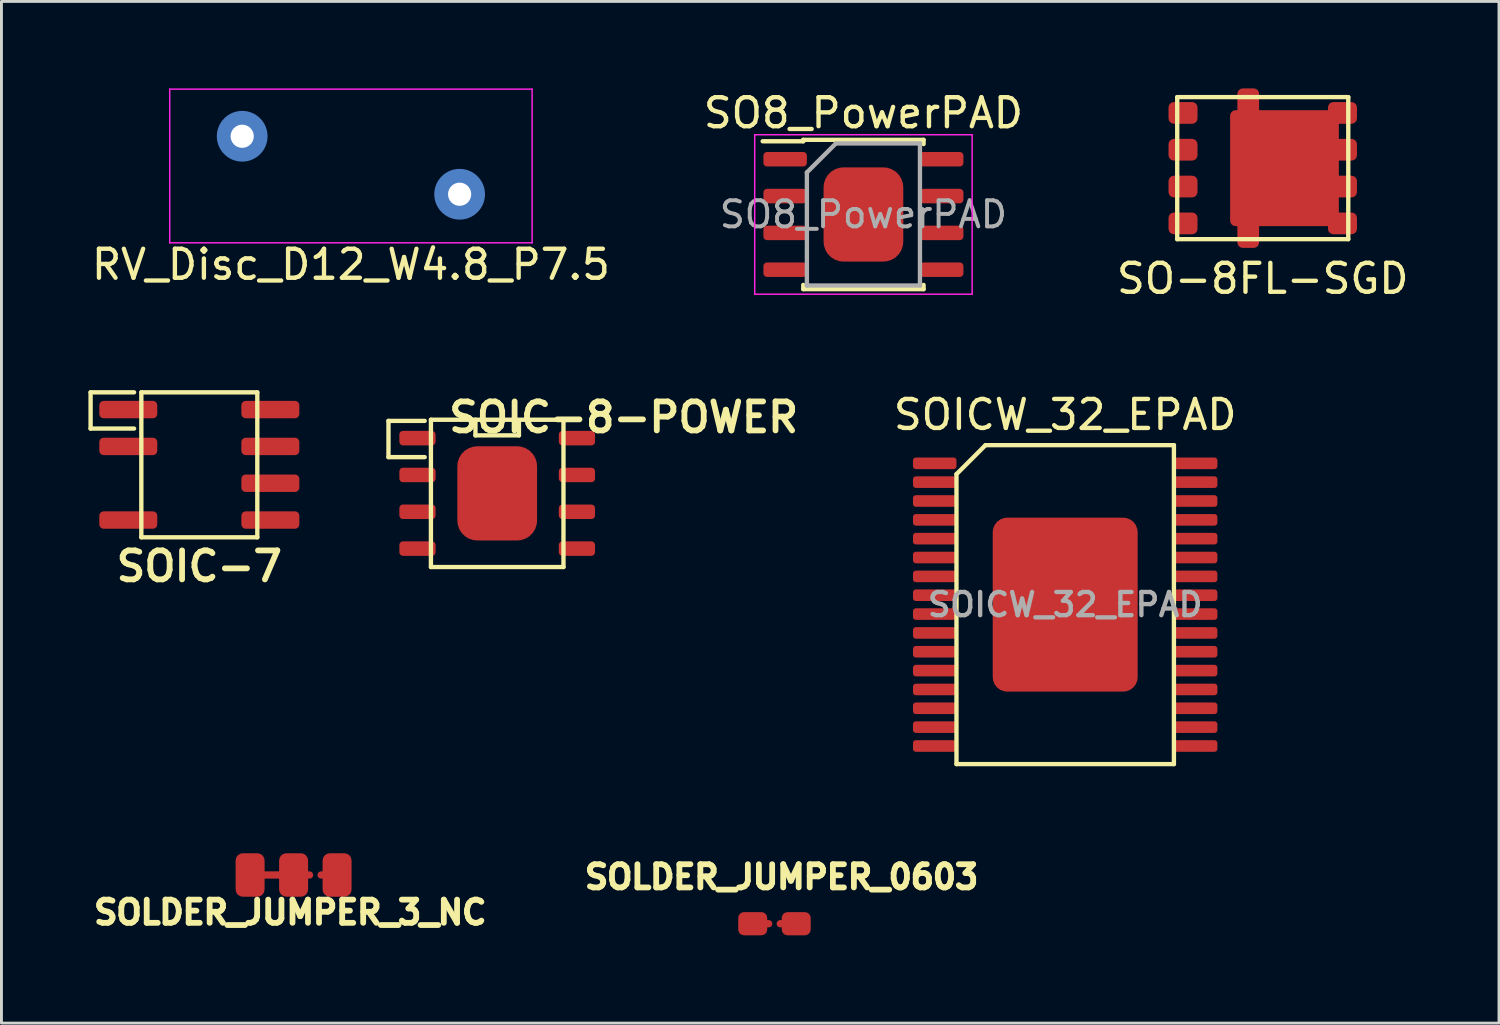
<source format=kicad_pcb>
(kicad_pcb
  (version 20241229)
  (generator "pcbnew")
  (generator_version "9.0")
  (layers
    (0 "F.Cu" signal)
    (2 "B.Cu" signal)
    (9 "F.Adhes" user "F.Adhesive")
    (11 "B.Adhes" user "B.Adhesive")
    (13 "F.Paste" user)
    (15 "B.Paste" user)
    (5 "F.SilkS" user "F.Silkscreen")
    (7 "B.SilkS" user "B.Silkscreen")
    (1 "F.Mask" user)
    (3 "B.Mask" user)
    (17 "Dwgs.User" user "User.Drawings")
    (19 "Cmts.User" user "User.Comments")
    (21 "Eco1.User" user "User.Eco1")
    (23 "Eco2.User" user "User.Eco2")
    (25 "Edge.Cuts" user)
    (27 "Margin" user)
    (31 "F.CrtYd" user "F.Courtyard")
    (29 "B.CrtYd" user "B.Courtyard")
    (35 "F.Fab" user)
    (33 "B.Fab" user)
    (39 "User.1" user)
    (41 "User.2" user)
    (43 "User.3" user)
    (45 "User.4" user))
  (footprint "SOIC-8-POWER"
    (layer "F.Cu")
    (at 14.1 13.968)
    (property "Reference" "SOIC-8-POWER" (at 4.362 -2.624 0) (layer "F.SilkS") (effects (font (size 1 1) (thickness 0.2))))
    (attr smd)
    (fp_line (start -3.75 -2.5) (end -2.5 -2.5) (stroke (width 0.15) (type solid)) (layer "F.SilkS"))
    (fp_line (start -3.75 -1.25) (end -3.75 -2.5) (stroke (width 0.15) (type solid)) (layer "F.SilkS"))
    (fp_line (start -2.5 -1.25) (end -3.75 -1.25) (stroke (width 0.15) (type solid)) (layer "F.SilkS"))
    (fp_line (start -2.286 -2.54) (end 2.286 -2.54) (stroke (width 0.15) (type solid)) (layer "F.SilkS"))
    (fp_line (start -2.286 2.54) (end -2.286 -2.54) (stroke (width 0.15) (type solid)) (layer "F.SilkS"))
    (fp_line (start -0.75 -2) (end -0.75 -2.54) (stroke (width 0.15) (type solid)) (layer "F.SilkS"))
    (fp_line (start 0.75 -2.5) (end 0.75 -2) (stroke (width 0.15) (type solid)) (layer "F.SilkS"))
    (fp_line (start 0.75 -2) (end -0.75 -2) (stroke (width 0.15) (type solid)) (layer "F.SilkS"))
    (fp_line (start 2.286 -2.54) (end 2.286 2.54) (stroke (width 0.15) (type solid)) (layer "F.SilkS"))
    (fp_line (start 2.286 2.54) (end -2.286 2.54) (stroke (width 0.15) (type solid)) (layer "F.SilkS"))
    (pad "1" smd roundrect (at -2.75 -1.905 270) (size 0.5 1.25) (layers "F.Cu" "F.Mask" "F.Paste") (roundrect_rratio 0.25))
    (pad "2" smd roundrect (at -2.75 -0.635 270) (size 0.5 1.25) (layers "F.Cu" "F.Mask" "F.Paste") (roundrect_rratio 0.25))
    (pad "3" smd roundrect (at -2.75 0.635 270) (size 0.5 1.25) (layers "F.Cu" "F.Mask" "F.Paste") (roundrect_rratio 0.25))
    (pad "4" smd roundrect (at -2.75 1.905 270) (size 0.5 1.25) (layers "F.Cu" "F.Mask" "F.Paste") (roundrect_rratio 0.25))
    (pad "5" smd roundrect (at 2.75 1.905 270) (size 0.5 1.25) (layers "F.Cu" "F.Mask" "F.Paste") (roundrect_rratio 0.25))
    (pad "6" smd roundrect (at 2.75 0.635 270) (size 0.5 1.25) (layers "F.Cu" "F.Mask" "F.Paste") (roundrect_rratio 0.25))
    (pad "7" smd roundrect (at 2.75 -0.635 270) (size 0.5 1.25) (layers "F.Cu" "F.Mask" "F.Paste") (roundrect_rratio 0.25))
    (pad "8" smd roundrect (at 2.75 -1.905 270) (size 0.5 1.25) (layers "F.Cu" "F.Mask" "F.Paste") (roundrect_rratio 0.25))
    (pad "9" smd roundrect (at 0 0) (size 2.75 3.25) (layers "F.Cu" "F.Mask" "F.Paste") (roundrect_rratio 0.25)))
  (footprint "SOICW_32_EPAD"
    (layer "F.Cu")
    (at 33.692 17.806)
    (property "Reference" "SOICW_32_EPAD" (at 0 -6.55 0) (layer "F.SilkS") (effects (font (size 1 1) (thickness 0.15))))
    (attr smd)
    (fp_line (start -3.75 -4.5) (end -2.75 -5.5) (stroke (width 0.15) (type solid)) (layer "F.SilkS"))
    (fp_line (start -3.75 5.5) (end -3.75 -4.5) (stroke (width 0.15) (type solid)) (layer "F.SilkS"))
    (fp_line (start -2.75 -5.5) (end 3.75 -5.5) (stroke (width 0.15) (type solid)) (layer "F.SilkS"))
    (fp_line (start 3.75 -5.5) (end 3.75 5.5) (stroke (width 0.15) (type solid)) (layer "F.SilkS"))
    (fp_line (start 3.75 5.5) (end -3.75 5.5) (stroke (width 0.15) (type solid)) (layer "F.SilkS"))
    (fp_text user "${REFERENCE}" (at 0 0 0) (layer "F.Fab") (effects (font (size 0.8 0.8) (thickness 0.15))))
    (pad "" smd rect (at -1.37 -1.46) (size 1.07 1.16) (layers "F.Paste"))
    (pad "" smd rect (at -1.37 0) (size 1.07 1.16) (layers "F.Paste"))
    (pad "" smd rect (at -1.37 1.46) (size 1.07 1.16) (layers "F.Paste"))
    (pad "" smd rect (at 0 -1.46) (size 1.07 1.16) (layers "F.Paste"))
    (pad "" smd rect (at 0 0) (size 1.07 1.16) (layers "F.Paste"))
    (pad "" smd rect (at 0 1.46) (size 1.07 1.16) (layers "F.Paste"))
    (pad "" smd rect (at 1.37 -1.46) (size 1.07 1.16) (layers "F.Paste"))
    (pad "" smd rect (at 1.37 0) (size 1.07 1.16) (layers "F.Paste"))
    (pad "" smd rect (at 1.37 1.46) (size 1.07 1.16) (layers "F.Paste"))
    (pad "1" smd roundrect (at -4.5 -4.875) (size 1.5 0.4) (layers "F.Cu" "F.Mask" "F.Paste") (roundrect_rratio 0.25))
    (pad "2" smd roundrect (at -4.5 -4.225) (size 1.5 0.4) (layers "F.Cu" "F.Mask" "F.Paste") (roundrect_rratio 0.25))
    (pad "3" smd roundrect (at -4.5 -3.575) (size 1.5 0.4) (layers "F.Cu" "F.Mask" "F.Paste") (roundrect_rratio 0.25))
    (pad "4" smd roundrect (at -4.5 -2.925) (size 1.5 0.4) (layers "F.Cu" "F.Mask" "F.Paste") (roundrect_rratio 0.25))
    (pad "5" smd roundrect (at -4.5 -2.275) (size 1.5 0.4) (layers "F.Cu" "F.Mask" "F.Paste") (roundrect_rratio 0.25))
    (pad "6" smd roundrect (at -4.5 -1.625) (size 1.5 0.4) (layers "F.Cu" "F.Mask" "F.Paste") (roundrect_rratio 0.25))
    (pad "7" smd roundrect (at -4.5 -0.975) (size 1.5 0.4) (layers "F.Cu" "F.Mask" "F.Paste") (roundrect_rratio 0.25))
    (pad "8" smd roundrect (at -4.5 -0.325) (size 1.5 0.4) (layers "F.Cu" "F.Mask" "F.Paste") (roundrect_rratio 0.25))
    (pad "9" smd roundrect (at -4.5 0.325) (size 1.5 0.4) (layers "F.Cu" "F.Mask" "F.Paste") (roundrect_rratio 0.25))
    (pad "10" smd roundrect (at -4.5 0.975) (size 1.5 0.4) (layers "F.Cu" "F.Mask" "F.Paste") (roundrect_rratio 0.25))
    (pad "11" smd roundrect (at -4.5 1.625) (size 1.5 0.4) (layers "F.Cu" "F.Mask" "F.Paste") (roundrect_rratio 0.25))
    (pad "12" smd roundrect (at -4.5 2.275) (size 1.5 0.4) (layers "F.Cu" "F.Mask" "F.Paste") (roundrect_rratio 0.25))
    (pad "13" smd roundrect (at -4.5 2.925) (size 1.5 0.4) (layers "F.Cu" "F.Mask" "F.Paste") (roundrect_rratio 0.25))
    (pad "14" smd roundrect (at -4.5 3.575) (size 1.5 0.4) (layers "F.Cu" "F.Mask" "F.Paste") (roundrect_rratio 0.25))
    (pad "15" smd roundrect (at -4.5 4.225) (size 1.5 0.4) (layers "F.Cu" "F.Mask" "F.Paste") (roundrect_rratio 0.25))
    (pad "16" smd roundrect (at -4.5 4.875) (size 1.5 0.4) (layers "F.Cu" "F.Mask" "F.Paste") (roundrect_rratio 0.25))
    (pad "17" smd roundrect (at 4.5 4.875) (size 1.5 0.4) (layers "F.Cu" "F.Mask" "F.Paste") (roundrect_rratio 0.25))
    (pad "18" smd roundrect (at 4.5 4.225) (size 1.5 0.4) (layers "F.Cu" "F.Mask" "F.Paste") (roundrect_rratio 0.25))
    (pad "19" smd roundrect (at 4.5 3.575) (size 1.5 0.4) (layers "F.Cu" "F.Mask" "F.Paste") (roundrect_rratio 0.25))
    (pad "20" smd roundrect (at 4.5 2.925) (size 1.5 0.4) (layers "F.Cu" "F.Mask" "F.Paste") (roundrect_rratio 0.25))
    (pad "21" smd roundrect (at 4.5 2.275) (size 1.5 0.4) (layers "F.Cu" "F.Mask" "F.Paste") (roundrect_rratio 0.25))
    (pad "22" smd roundrect (at 4.5 1.625) (size 1.5 0.4) (layers "F.Cu" "F.Mask" "F.Paste") (roundrect_rratio 0.25))
    (pad "23" smd roundrect (at 4.5 0.975) (size 1.5 0.4) (layers "F.Cu" "F.Mask" "F.Paste") (roundrect_rratio 0.25))
    (pad "24" smd roundrect (at 4.5 0.325) (size 1.5 0.4) (layers "F.Cu" "F.Mask" "F.Paste") (roundrect_rratio 0.25))
    (pad "25" smd roundrect (at 4.5 -0.325) (size 1.5 0.4) (layers "F.Cu" "F.Mask" "F.Paste") (roundrect_rratio 0.25))
    (pad "26" smd roundrect (at 4.5 -0.975) (size 1.5 0.4) (layers "F.Cu" "F.Mask" "F.Paste") (roundrect_rratio 0.25))
    (pad "27" smd roundrect (at 4.5 -1.625) (size 1.5 0.4) (layers "F.Cu" "F.Mask" "F.Paste") (roundrect_rratio 0.25))
    (pad "28" smd roundrect (at 4.5 -2.275) (size 1.5 0.4) (layers "F.Cu" "F.Mask" "F.Paste") (roundrect_rratio 0.25))
    (pad "29" smd roundrect (at 4.5 -2.925) (size 1.5 0.4) (layers "F.Cu" "F.Mask" "F.Paste") (roundrect_rratio 0.25))
    (pad "30" smd roundrect (at 4.5 -3.575) (size 1.5 0.4) (layers "F.Cu" "F.Mask" "F.Paste") (roundrect_rratio 0.25))
    (pad "31" smd roundrect (at 4.5 -4.225) (size 1.5 0.4) (layers "F.Cu" "F.Mask" "F.Paste") (roundrect_rratio 0.25))
    (pad "32" smd roundrect (at 4.5 -4.875) (size 1.5 0.4) (layers "F.Cu" "F.Mask" "F.Paste") (roundrect_rratio 0.25))
    (pad "33" smd roundrect (at 0 0) (size 5 6) (layers "F.Cu" "F.Mask" "F.Paste") (roundrect_rratio 0.1)))
  (footprint "SOLDER_JUMPER_0603"
    (layer "F.Cu")
    (at 23.664 28.812)
    (property "Reference" "SOLDER_JUMPER_0603" (at 0.244 -1.612 0) (layer "F.SilkS") (effects (font (size 0.8 0.8) (thickness 0.2))))
    (attr exclude_from_pos_files exclude_from_bom)
    (fp_line (start -0.75 0) (end -0.2 0) (stroke (width 0.25) (type solid)) (layer "F.Cu"))
    (fp_line (start 0.75 0) (end 0.2 0) (stroke (width 0.25) (type solid)) (layer "F.Cu"))
    (fp_line (start -0.75 0) (end 0.75 0) (stroke (width 0.45) (type solid)) (layer "F.Mask"))
    (pad "1" smd roundrect (at -0.75 0) (size 1 0.8) (layers "F.Cu" "F.Mask" "F.Paste") (roundrect_rratio 0.25))
    (pad "2" smd roundrect (at 0.75 0) (size 1 0.8) (layers "F.Cu" "F.Mask" "F.Paste") (roundrect_rratio 0.25)))
  (footprint "SOIC-7"
    (layer "F.Cu")
    (at 3.825 12.983)
    (property "Reference" "SOIC-7" (at 0 3.5 0) (layer "F.SilkS") (effects (font (size 1 1) (thickness 0.2))))
    (attr smd)
    (fp_line (start -3.75 -2.5) (end -3.75 -1.25) (stroke (width 0.15) (type solid)) (layer "F.SilkS"))
    (fp_line (start -3.75 -1.25) (end -2.25 -1.25) (stroke (width 0.15) (type solid)) (layer "F.SilkS"))
    (fp_line (start -2.25 -2.5) (end -3.75 -2.5) (stroke (width 0.15) (type solid)) (layer "F.SilkS"))
    (fp_line (start -2 -2.5) (end -2 2.5) (stroke (width 0.15) (type solid)) (layer "F.SilkS"))
    (fp_line (start -2 2.5) (end 2 2.5) (stroke (width 0.15) (type solid)) (layer "F.SilkS"))
    (fp_line (start 2 -2.5) (end -2 -2.5) (stroke (width 0.15) (type solid)) (layer "F.SilkS"))
    (fp_line (start 2 2.5) (end 2 -2.5) (stroke (width 0.15) (type solid)) (layer "F.SilkS"))
    (pad "1" smd roundrect (at -2.45 -1.905 270) (size 0.6 2) (layers "F.Cu" "F.Mask" "F.Paste") (roundrect_rratio 0.25))
    (pad "2" smd roundrect (at -2.45 -0.635 270) (size 0.6 2) (layers "F.Cu" "F.Mask" "F.Paste") (roundrect_rratio 0.25))
    (pad "4" smd roundrect (at -2.45 1.905 270) (size 0.6 2) (layers "F.Cu" "F.Mask" "F.Paste") (roundrect_rratio 0.25))
    (pad "5" smd roundrect (at 2.45 1.905 270) (size 0.6 2) (layers "F.Cu" "F.Mask" "F.Paste") (roundrect_rratio 0.25))
    (pad "6" smd roundrect (at 2.45 0.635 270) (size 0.6 2) (layers "F.Cu" "F.Mask" "F.Paste") (roundrect_rratio 0.25))
    (pad "7" smd roundrect (at 2.45 -0.635 270) (size 0.6 2) (layers "F.Cu" "F.Mask" "F.Paste") (roundrect_rratio 0.25))
    (pad "8" smd roundrect (at 2.45 -1.905 270) (size 0.6 2) (layers "F.Cu" "F.Mask" "F.Paste") (roundrect_rratio 0.25)))
  (footprint "SO8_PowerPAD"
    (layer "F.Cu")
    (at 26.732 4.348)
    (property "Reference" "SO8_PowerPAD" (at 0 -3.5 0) (layer "F.SilkS") (effects (font (size 1 1) (thickness 0.15))))
    (attr smd)
    (fp_line (start -2.075 -2.575) (end -2.075 -2.525) (stroke (width 0.15) (type solid)) (layer "F.SilkS"))
    (fp_line (start -2.075 -2.575) (end 2.075 -2.575) (stroke (width 0.15) (type solid)) (layer "F.SilkS"))
    (fp_line (start -2.075 -2.525) (end -3.475 -2.525) (stroke (width 0.15) (type solid)) (layer "F.SilkS"))
    (fp_line (start -2.075 2.575) (end -2.075 2.43) (stroke (width 0.15) (type solid)) (layer "F.SilkS"))
    (fp_line (start -2.075 2.575) (end 2.075 2.575) (stroke (width 0.15) (type solid)) (layer "F.SilkS"))
    (fp_line (start 2.075 -2.575) (end 2.075 -2.43) (stroke (width 0.15) (type solid)) (layer "F.SilkS"))
    (fp_line (start 2.075 2.575) (end 2.075 2.43) (stroke (width 0.15) (type solid)) (layer "F.SilkS"))
    (fp_line (start -3.75 -2.75) (end -3.75 2.75) (stroke (width 0.05) (type solid)) (layer "F.CrtYd"))
    (fp_line (start -3.75 -2.75) (end 3.75 -2.75) (stroke (width 0.05) (type solid)) (layer "F.CrtYd"))
    (fp_line (start -3.75 2.75) (end 3.75 2.75) (stroke (width 0.05) (type solid)) (layer "F.CrtYd"))
    (fp_line (start 3.75 -2.75) (end 3.75 2.75) (stroke (width 0.05) (type solid)) (layer "F.CrtYd"))
    (fp_line (start -1.95 -1.45) (end -0.95 -2.45) (stroke (width 0.15) (type solid)) (layer "F.Fab"))
    (fp_line (start -1.95 2.45) (end -1.95 -1.45) (stroke (width 0.15) (type solid)) (layer "F.Fab"))
    (fp_line (start -0.95 -2.45) (end 1.95 -2.45) (stroke (width 0.15) (type solid)) (layer "F.Fab"))
    (fp_line (start 1.95 -2.45) (end 1.95 2.45) (stroke (width 0.15) (type solid)) (layer "F.Fab"))
    (fp_line (start 1.95 2.45) (end -1.95 2.45) (stroke (width 0.15) (type solid)) (layer "F.Fab"))
    (fp_text user "${REFERENCE}" (at 0 0 0) (layer "F.Fab") (effects (font (size 0.9 0.9) (thickness 0.135))))
    (pad "1" smd roundrect (at -2.7 -1.905) (size 1.5 0.5) (layers "F.Cu" "F.Mask" "F.Paste") (roundrect_rratio 0.25))
    (pad "2" smd roundrect (at -2.7 -0.635) (size 1.5 0.5) (layers "F.Cu" "F.Mask" "F.Paste") (roundrect_rratio 0.25))
    (pad "3" smd roundrect (at -2.7 0.635) (size 1.5 0.5) (layers "F.Cu" "F.Mask" "F.Paste") (roundrect_rratio 0.25))
    (pad "4" smd roundrect (at -2.7 1.905) (size 1.5 0.5) (layers "F.Cu" "F.Mask" "F.Paste") (roundrect_rratio 0.25))
    (pad "5" smd roundrect (at 2.7 1.905) (size 1.5 0.5) (layers "F.Cu" "F.Mask" "F.Paste") (roundrect_rratio 0.25))
    (pad "6" smd roundrect (at 2.7 0.635) (size 1.5 0.5) (layers "F.Cu" "F.Mask" "F.Paste") (roundrect_rratio 0.25))
    (pad "7" smd roundrect (at 2.7 -0.635) (size 1.5 0.5) (layers "F.Cu" "F.Mask" "F.Paste") (roundrect_rratio 0.25))
    (pad "8" smd roundrect (at 2.7 -1.905) (size 1.5 0.5) (layers "F.Cu" "F.Mask" "F.Paste") (roundrect_rratio 0.25))
    (pad "9" smd roundrect (at 0 0) (size 2.75 3.25) (layers "F.Cu" "F.Mask" "F.Paste") (roundrect_rratio 0.25)))
  (footprint "SOLDER_JUMPER_3_NC"
    (layer "F.Cu")
    (at 7.077 27.131)
    (property "Reference" "SOLDER_JUMPER_3_NC" (at -0.114 1.29 0) (layer "F.SilkS") (effects (font (size 0.8 0.8) (thickness 0.2))))
    (attr exclude_from_pos_files exclude_from_bom)
    (fp_line (start -1 0) (end -0.5 0) (stroke (width 0.25) (type solid)) (layer "F.Cu"))
    (fp_line (start 0.5 0) (end 0.55 0) (stroke (width 0.25) (type solid)) (layer "F.Cu"))
    (fp_line (start 1 0) (end 0.95 0) (stroke (width 0.25) (type solid)) (layer "F.Cu"))
    (fp_line (start -1 0) (end -0.5 0) (stroke (width 0.45) (type solid)) (layer "F.Mask"))
    (fp_line (start 0.5 0) (end 1 0) (stroke (width 0.45) (type solid)) (layer "F.Mask"))
    (pad "1" smd roundrect (at -1.5 0) (size 1 1.5) (layers "F.Cu" "F.Mask") (roundrect_rratio 0.25))
    (pad "2" smd roundrect (at 0 0) (size 1 1.5) (layers "F.Cu" "F.Mask") (roundrect_rratio 0.25))
    (pad "3" smd roundrect (at 1.5 0) (size 1 1.5) (layers "F.Cu" "F.Mask") (roundrect_rratio 0.25)))
  (footprint "SO-8FL-SGD"
    (layer "F.Cu")
    (at 40.506 2.75)
    (property "Reference" "SO-8FL-SGD" (at 0 3.81 0) (layer "F.SilkS") (effects (font (size 1 1) (thickness 0.15))))
    (attr through_hole)
    (fp_line (start -2.95 -2.45) (end 2.95 -2.45) (stroke (width 0.15) (type solid)) (layer "F.SilkS"))
    (fp_line (start -2.95 2.45) (end -2.95 -2.45) (stroke (width 0.15) (type solid)) (layer "F.SilkS"))
    (fp_line (start -2.95 2.45) (end 2.95 2.45) (stroke (width 0.15) (type solid)) (layer "F.SilkS"))
    (fp_line (start 2.95 2.45) (end 2.95 -2.45) (stroke (width 0.15) (type solid)) (layer "F.SilkS"))
    (pad "D" smd roundrect (at -0.5 -2.25 90) (size 1 0.75) (layers "F.Cu" "F.Mask" "F.Paste") (roundrect_rratio 0.25))
    (pad "D" smd roundrect (at -0.5 2.25 90) (size 1 0.75) (layers "F.Cu" "F.Mask" "F.Paste") (roundrect_rratio 0.25))
    (pad "D" smd roundrect (at 0.75 0) (size 3.75 4) (layers "F.Cu" "F.Mask" "F.Paste") (roundrect_rratio 0.05))
    (pad "D" smd roundrect (at 2.75 -1.905) (size 1 0.75) (layers "F.Cu" "F.Mask" "F.Paste") (roundrect_rratio 0.25))
    (pad "D" smd roundrect (at 2.75 -0.635) (size 1 0.75) (layers "F.Cu" "F.Mask" "F.Paste") (roundrect_rratio 0.25))
    (pad "D" smd roundrect (at 2.75 0.635) (size 1 0.75) (layers "F.Cu" "F.Mask" "F.Paste") (roundrect_rratio 0.25))
    (pad "D" smd roundrect (at 2.75 1.905) (size 1 0.75) (layers "F.Cu" "F.Mask" "F.Paste") (roundrect_rratio 0.25))
    (pad "G" smd roundrect (at -2.75 1.905) (size 1 0.75) (layers "F.Cu" "F.Mask" "F.Paste") (roundrect_rratio 0.25))
    (pad "S" smd roundrect (at -2.75 -1.905) (size 1 0.75) (layers "F.Cu" "F.Mask" "F.Paste") (roundrect_rratio 0.25))
    (pad "S" smd roundrect (at -2.75 -0.635) (size 1 0.75) (layers "F.Cu" "F.Mask" "F.Paste") (roundrect_rratio 0.25))
    (pad "S" smd roundrect (at -2.75 0.635) (size 1 0.75) (layers "F.Cu" "F.Mask" "F.Paste") (roundrect_rratio 0.25)))
  (footprint "RV_Disc_D12_W4.8_P7.5"
    (layer "F.Cu")
    (at 5.304 1.65)
    (property "Reference" "RV_Disc_D12_W4.8_P7.5" (at 3.75 4.425 0) (layer "F.SilkS") (effects (font (size 1 1) (thickness 0.15))))
    (attr through_hole)
    (fp_line (start -2.5 -1.625) (end -2.5 3.675) (stroke (width 0.05) (type solid)) (layer "F.CrtYd"))
    (fp_line (start -2.5 -1.625) (end 10 -1.625) (stroke (width 0.05) (type solid)) (layer "F.CrtYd"))
    (fp_line (start -2.5 3.675) (end 10 3.675) (stroke (width 0.05) (type solid)) (layer "F.CrtYd"))
    (fp_line (start 10 -1.625) (end 10 3.675) (stroke (width 0.05) (type solid)) (layer "F.CrtYd"))
    (pad "1" thru_hole circle (at 0 0) (size 1.25 1.25) (drill 0.8) (layers "*.Cu" "*.Mask"))
    (pad "1" smd circle (at 0 0) (size 1.75 1.75) (layers "B.Cu" "B.Mask"))
    (pad "2" thru_hole circle (at 7.5 2) (size 1.25 1.25) (drill 0.8) (layers "*.Cu" "*.Mask"))
    (pad "2" smd circle (at 7.5 2) (size 1.75 1.75) (layers "B.Cu" "B.Mask")))
  (gr_rect
    (start -3 -3)
    (end 48.655 32.24)
    (stroke (width 0.1) (type default))
    (fill no)
    (layer "Edge.Cuts")))
</source>
